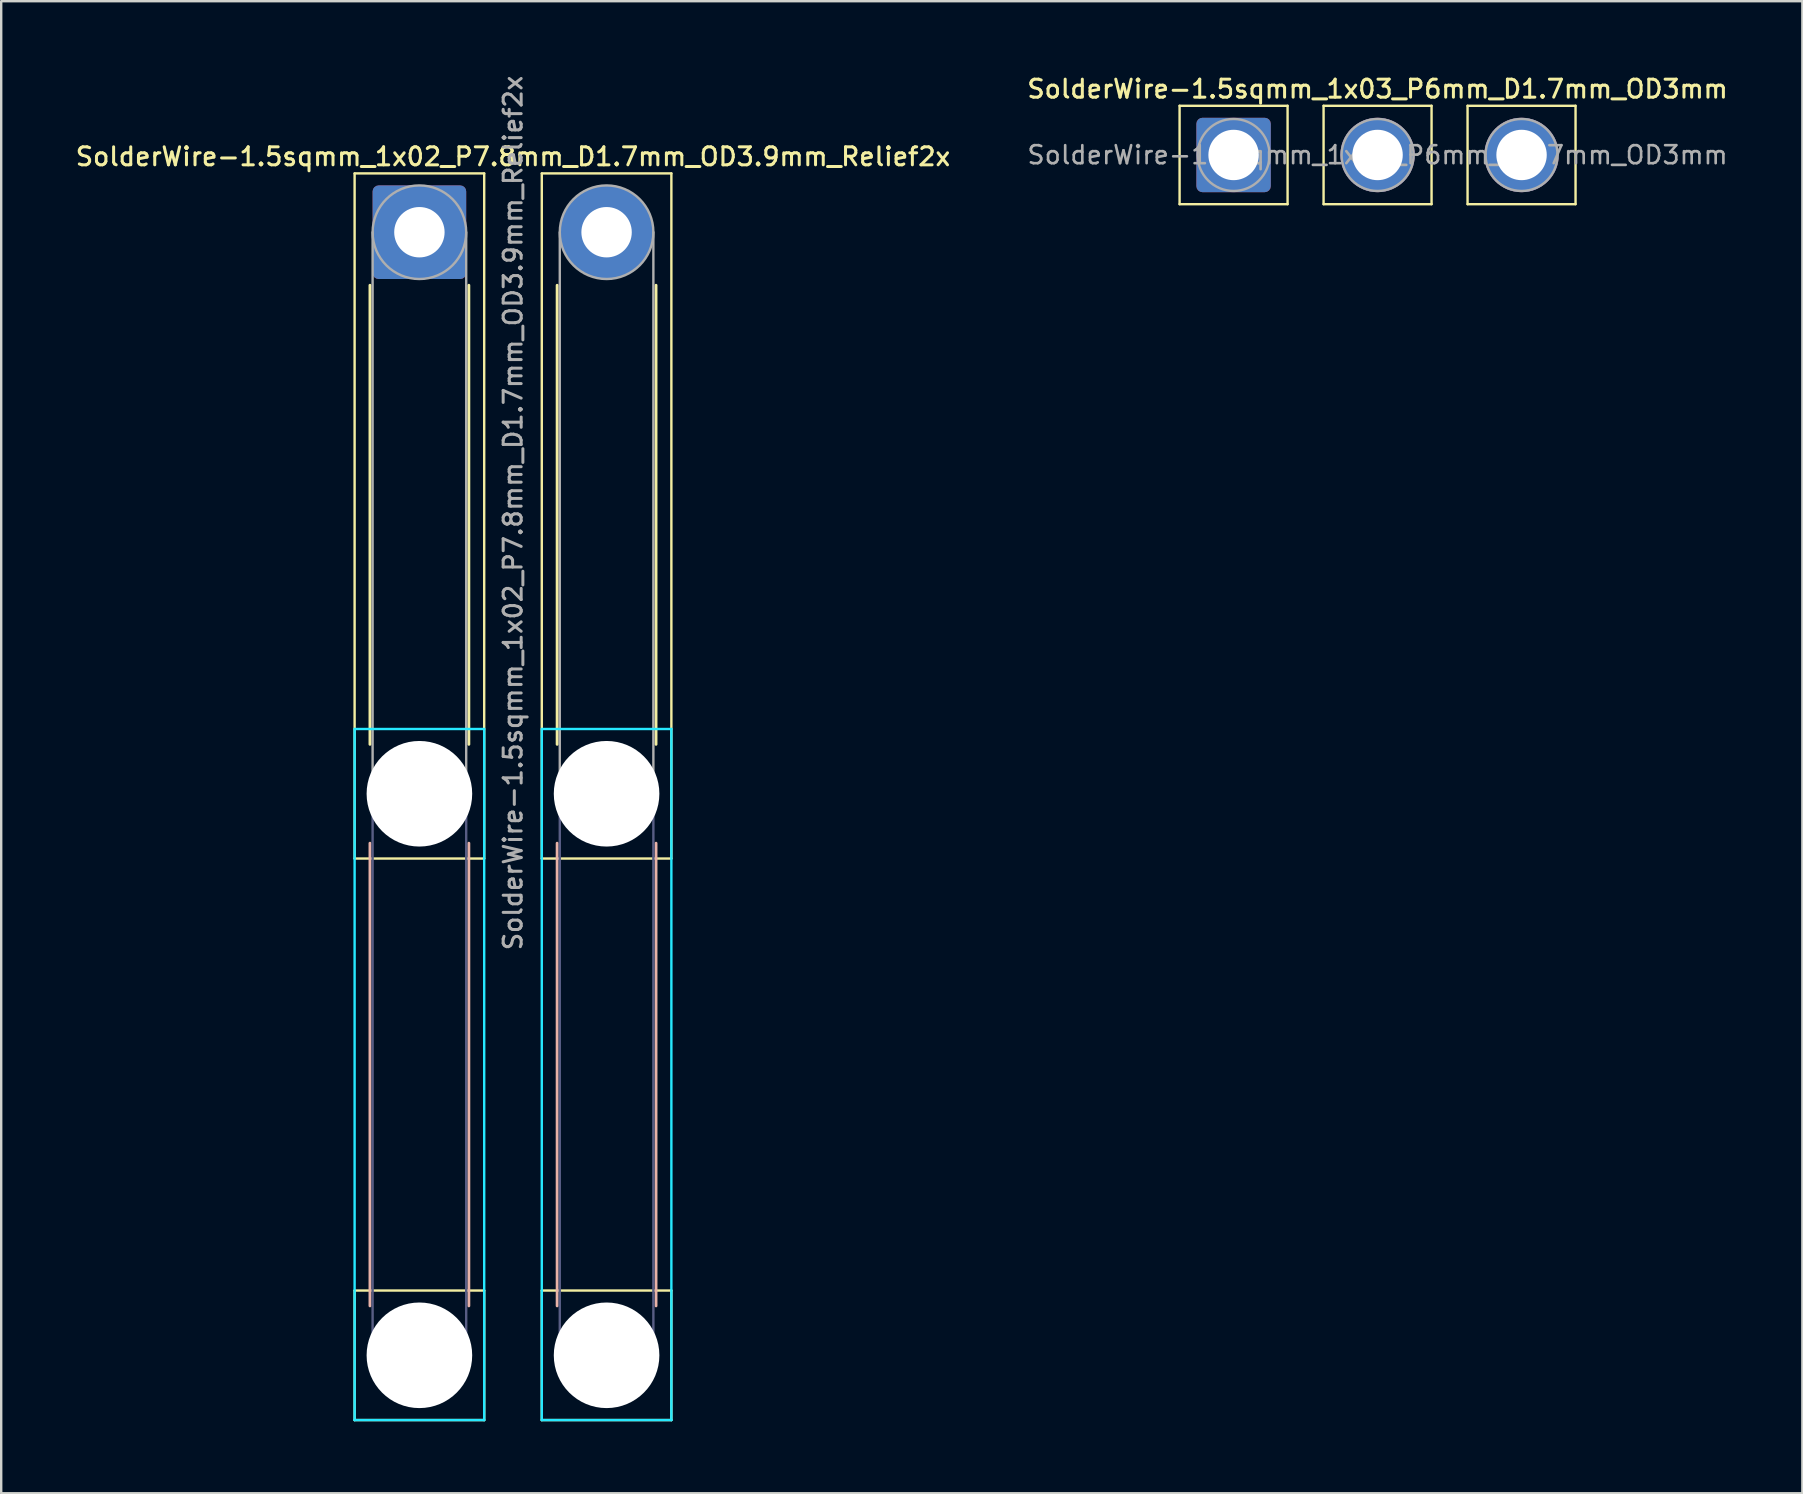
<source format=kicad_pcb>
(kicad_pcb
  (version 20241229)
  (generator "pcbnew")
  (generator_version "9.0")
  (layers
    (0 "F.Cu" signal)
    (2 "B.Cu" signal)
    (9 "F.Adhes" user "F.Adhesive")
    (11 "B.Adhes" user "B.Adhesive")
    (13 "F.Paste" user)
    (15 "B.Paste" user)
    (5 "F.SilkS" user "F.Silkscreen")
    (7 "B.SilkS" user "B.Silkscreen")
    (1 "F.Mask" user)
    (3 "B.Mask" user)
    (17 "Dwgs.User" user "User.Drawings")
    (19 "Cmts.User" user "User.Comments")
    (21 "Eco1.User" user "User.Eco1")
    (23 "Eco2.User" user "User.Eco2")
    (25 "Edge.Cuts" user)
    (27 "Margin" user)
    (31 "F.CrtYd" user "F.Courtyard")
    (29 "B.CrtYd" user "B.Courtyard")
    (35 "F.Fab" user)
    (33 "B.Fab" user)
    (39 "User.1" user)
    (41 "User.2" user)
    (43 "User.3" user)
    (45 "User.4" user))
  (footprint "SolderWire-1.5sqmm_1x03_P6mm_D1.7mm_OD3mm"
    (layer "F.Cu")
    (at 48.355 3.408)
    (property "Reference" "SolderWire-1.5sqmm_1x03_P6mm_D1.7mm_OD3mm" (at 6 -2.75 0) (layer "F.SilkS") (effects (font (size 0.75 0.75) (thickness 0.125))))
    (attr exclude_from_pos_files exclude_from_bom)
    (fp_line (start -2.25 -2.05) (end -2.25 2.05) (stroke (width 0.1) (type solid)) (layer "F.SilkS"))
    (fp_line (start -2.25 2.05) (end 2.25 2.05) (stroke (width 0.1) (type solid)) (layer "F.SilkS"))
    (fp_line (start 2.25 -2.05) (end -2.25 -2.05) (stroke (width 0.1) (type solid)) (layer "F.SilkS"))
    (fp_line (start 2.25 2.05) (end 2.25 -2.05) (stroke (width 0.1) (type solid)) (layer "F.SilkS"))
    (fp_line (start 3.75 -2.05) (end 3.75 2.05) (stroke (width 0.1) (type solid)) (layer "F.SilkS"))
    (fp_line (start 3.75 2.05) (end 8.25 2.05) (stroke (width 0.1) (type solid)) (layer "F.SilkS"))
    (fp_line (start 8.25 -2.05) (end 3.75 -2.05) (stroke (width 0.1) (type solid)) (layer "F.SilkS"))
    (fp_line (start 8.25 2.05) (end 8.25 -2.05) (stroke (width 0.1) (type solid)) (layer "F.SilkS"))
    (fp_line (start 9.75 -2.05) (end 9.75 2.05) (stroke (width 0.1) (type solid)) (layer "F.SilkS"))
    (fp_line (start 9.75 2.05) (end 14.25 2.05) (stroke (width 0.1) (type solid)) (layer "F.SilkS"))
    (fp_line (start 14.25 -2.05) (end 9.75 -2.05) (stroke (width 0.1) (type solid)) (layer "F.SilkS"))
    (fp_line (start 14.25 2.05) (end 14.25 -2.05) (stroke (width 0.1) (type solid)) (layer "F.SilkS"))
    (fp_circle (center 0 0) (end 1.5 0) (stroke (width 0.1) (type solid)) (fill no) (layer "F.Fab"))
    (fp_circle (center 6 0) (end 7.5 0) (stroke (width 0.1) (type solid)) (fill no) (layer "F.Fab"))
    (fp_circle (center 12 0) (end 13.5 0) (stroke (width 0.1) (type solid)) (fill no) (layer "F.Fab"))
    (fp_text user "${REFERENCE}" (at 6 0 0) (layer "F.Fab") (effects (font (size 0.75 0.75) (thickness 0.11))))
    (pad "1" thru_hole roundrect (at 0 0) (size 3.1 3.1) (drill 2.1) (layers "*.Cu" "*.Mask") (roundrect_rratio 0.081))
    (pad "2" thru_hole circle (at 6 0) (size 3.1 3.1) (drill 2.1) (layers "*.Cu" "*.Mask"))
    (pad "3" thru_hole circle (at 12 0) (size 3.1 3.1) (drill 2.1) (layers "*.Cu" "*.Mask")))
  (footprint "SolderWire-1.5sqmm_1x02_P7.8mm_D1.7mm_OD3.9mm_Relief2x"
    (layer "F.Cu")
    (at 14.427 6.627)
    (property "Reference" "SolderWire-1.5sqmm_1x02_P7.8mm_D1.7mm_OD3.9mm_Relief2x" (at 3.9 -3.15 0) (layer "F.SilkS") (effects (font (size 0.75 0.75) (thickness 0.125))))
    (attr exclude_from_pos_files exclude_from_bom)
    (fp_line (start -2.7 -2.45) (end -2.7 26.1) (stroke (width 0.1) (type solid)) (layer "F.SilkS"))
    (fp_line (start -2.7 26.1) (end 2.7 26.1) (stroke (width 0.1) (type solid)) (layer "F.SilkS"))
    (fp_line (start -2.7 44.1) (end -2.7 49.5) (stroke (width 0.1) (type solid)) (layer "F.SilkS"))
    (fp_line (start -2.7 49.5) (end 2.7 49.5) (stroke (width 0.1) (type solid)) (layer "F.SilkS"))
    (fp_line (start -2.06 2.21) (end -2.06 21.34) (stroke (width 0.12) (type solid)) (layer "F.SilkS"))
    (fp_line (start 2.06 2.21) (end 2.06 21.34) (stroke (width 0.12) (type solid)) (layer "F.SilkS"))
    (fp_line (start 2.7 -2.45) (end -2.7 -2.45) (stroke (width 0.1) (type solid)) (layer "F.SilkS"))
    (fp_line (start 2.7 26.1) (end 2.7 -2.45) (stroke (width 0.1) (type solid)) (layer "F.SilkS"))
    (fp_line (start 2.7 44.1) (end -2.7 44.1) (stroke (width 0.1) (type solid)) (layer "F.SilkS"))
    (fp_line (start 2.7 49.5) (end 2.7 44.1) (stroke (width 0.1) (type solid)) (layer "F.SilkS"))
    (fp_line (start 5.1 -2.45) (end 5.1 26.1) (stroke (width 0.1) (type solid)) (layer "F.SilkS"))
    (fp_line (start 5.1 26.1) (end 10.5 26.1) (stroke (width 0.1) (type solid)) (layer "F.SilkS"))
    (fp_line (start 5.1 44.1) (end 5.1 49.5) (stroke (width 0.1) (type solid)) (layer "F.SilkS"))
    (fp_line (start 5.1 49.5) (end 10.5 49.5) (stroke (width 0.1) (type solid)) (layer "F.SilkS"))
    (fp_line (start 5.74 2.21) (end 5.74 21.34) (stroke (width 0.12) (type solid)) (layer "F.SilkS"))
    (fp_line (start 9.86 2.21) (end 9.86 21.34) (stroke (width 0.12) (type solid)) (layer "F.SilkS"))
    (fp_line (start 10.5 -2.45) (end 5.1 -2.45) (stroke (width 0.1) (type solid)) (layer "F.SilkS"))
    (fp_line (start 10.5 26.1) (end 10.5 -2.45) (stroke (width 0.1) (type solid)) (layer "F.SilkS"))
    (fp_line (start 10.5 44.1) (end 5.1 44.1) (stroke (width 0.1) (type solid)) (layer "F.SilkS"))
    (fp_line (start 10.5 49.5) (end 10.5 44.1) (stroke (width 0.1) (type solid)) (layer "F.SilkS"))
    (fp_line (start -2.06 25.46) (end -2.06 44.74) (stroke (width 0.12) (type solid)) (layer "B.SilkS"))
    (fp_line (start 2.06 25.46) (end 2.06 44.74) (stroke (width 0.12) (type solid)) (layer "B.SilkS"))
    (fp_line (start 5.74 25.46) (end 5.74 44.74) (stroke (width 0.12) (type solid)) (layer "B.SilkS"))
    (fp_line (start 9.86 25.46) (end 9.86 44.74) (stroke (width 0.12) (type solid)) (layer "B.SilkS"))
    (fp_line (start -2.7 20.7) (end -2.7 49.5) (stroke (width 0.1) (type solid)) (layer "B.CrtYd"))
    (fp_line (start -2.7 49.5) (end 2.7 49.5) (stroke (width 0.1) (type solid)) (layer "B.CrtYd"))
    (fp_line (start 2.7 20.7) (end -2.7 20.7) (stroke (width 0.1) (type solid)) (layer "B.CrtYd"))
    (fp_line (start 2.7 49.5) (end 2.7 20.7) (stroke (width 0.1) (type solid)) (layer "B.CrtYd"))
    (fp_line (start 5.1 20.7) (end 5.1 49.5) (stroke (width 0.1) (type solid)) (layer "B.CrtYd"))
    (fp_line (start 5.1 49.5) (end 10.5 49.5) (stroke (width 0.1) (type solid)) (layer "B.CrtYd"))
    (fp_line (start 10.5 20.7) (end 5.1 20.7) (stroke (width 0.1) (type solid)) (layer "B.CrtYd"))
    (fp_line (start 10.5 49.5) (end 10.5 20.7) (stroke (width 0.1) (type solid)) (layer "B.CrtYd"))
    (fp_line (start -1.95 23.4) (end -1.95 46.8) (stroke (width 0.1) (type solid)) (layer "B.Fab"))
    (fp_line (start 1.95 23.4) (end 1.95 46.8) (stroke (width 0.1) (type solid)) (layer "B.Fab"))
    (fp_line (start 5.85 23.4) (end 5.85 46.8) (stroke (width 0.1) (type solid)) (layer "B.Fab"))
    (fp_line (start 9.75 23.4) (end 9.75 46.8) (stroke (width 0.1) (type solid)) (layer "B.Fab"))
    (fp_circle (center 0 23.4) (end 1.95 23.4) (stroke (width 0.1) (type solid)) (fill no) (layer "B.Fab"))
    (fp_circle (center 0 46.8) (end 1.95 46.8) (stroke (width 0.1) (type solid)) (fill no) (layer "B.Fab"))
    (fp_circle (center 7.8 23.4) (end 9.75 23.4) (stroke (width 0.1) (type solid)) (fill no) (layer "B.Fab"))
    (fp_circle (center 7.8 46.8) (end 9.75 46.8) (stroke (width 0.1) (type solid)) (fill no) (layer "B.Fab"))
    (fp_line (start -1.95 0) (end -1.95 23.4) (stroke (width 0.1) (type solid)) (layer "F.Fab"))
    (fp_line (start 1.95 0) (end 1.95 23.4) (stroke (width 0.1) (type solid)) (layer "F.Fab"))
    (fp_line (start 5.85 0) (end 5.85 23.4) (stroke (width 0.1) (type solid)) (layer "F.Fab"))
    (fp_line (start 9.75 0) (end 9.75 23.4) (stroke (width 0.1) (type solid)) (layer "F.Fab"))
    (fp_circle (center 0 0) (end 1.95 0) (stroke (width 0.1) (type solid)) (fill no) (layer "F.Fab"))
    (fp_circle (center 0 23.4) (end 1.95 23.4) (stroke (width 0.1) (type solid)) (fill no) (layer "F.Fab"))
    (fp_circle (center 0 46.8) (end 1.95 46.8) (stroke (width 0.1) (type solid)) (fill no) (layer "F.Fab"))
    (fp_circle (center 7.8 0) (end 9.75 0) (stroke (width 0.1) (type solid)) (fill no) (layer "F.Fab"))
    (fp_circle (center 7.8 23.4) (end 9.75 23.4) (stroke (width 0.1) (type solid)) (fill no) (layer "F.Fab"))
    (fp_circle (center 7.8 46.8) (end 9.75 46.8) (stroke (width 0.1) (type solid)) (fill no) (layer "F.Fab"))
    (fp_text user "${REFERENCE}" (at 3.9 11.7 90) (layer "F.Fab") (effects (font (size 0.75 0.75) (thickness 0.125))))
    (pad "" np_thru_hole circle (at 0 23.4) (size 4.4 4.4) (drill 4.4) (layers "*.Cu" "*.Mask"))
    (pad "" np_thru_hole circle (at 0 46.8) (size 4.4 4.4) (drill 4.4) (layers "*.Cu" "*.Mask"))
    (pad "" np_thru_hole circle (at 7.8 23.4) (size 4.4 4.4) (drill 4.4) (layers "*.Cu" "*.Mask"))
    (pad "" np_thru_hole circle (at 7.8 46.8) (size 4.4 4.4) (drill 4.4) (layers "*.Cu" "*.Mask"))
    (pad "1" thru_hole roundrect (at 0 0) (size 3.9 3.9) (drill 2.1) (layers "*.Cu" "*.Mask") (roundrect_rratio 0.064))
    (pad "2" thru_hole circle (at 7.8 0) (size 3.9 3.9) (drill 2.1) (layers "*.Cu" "*.Mask")))
  (gr_rect
    (start -3 -3)
    (end 72.057 59.177)
    (stroke (width 0.1) (type default))
    (fill no)
    (layer "Edge.Cuts")))
</source>
